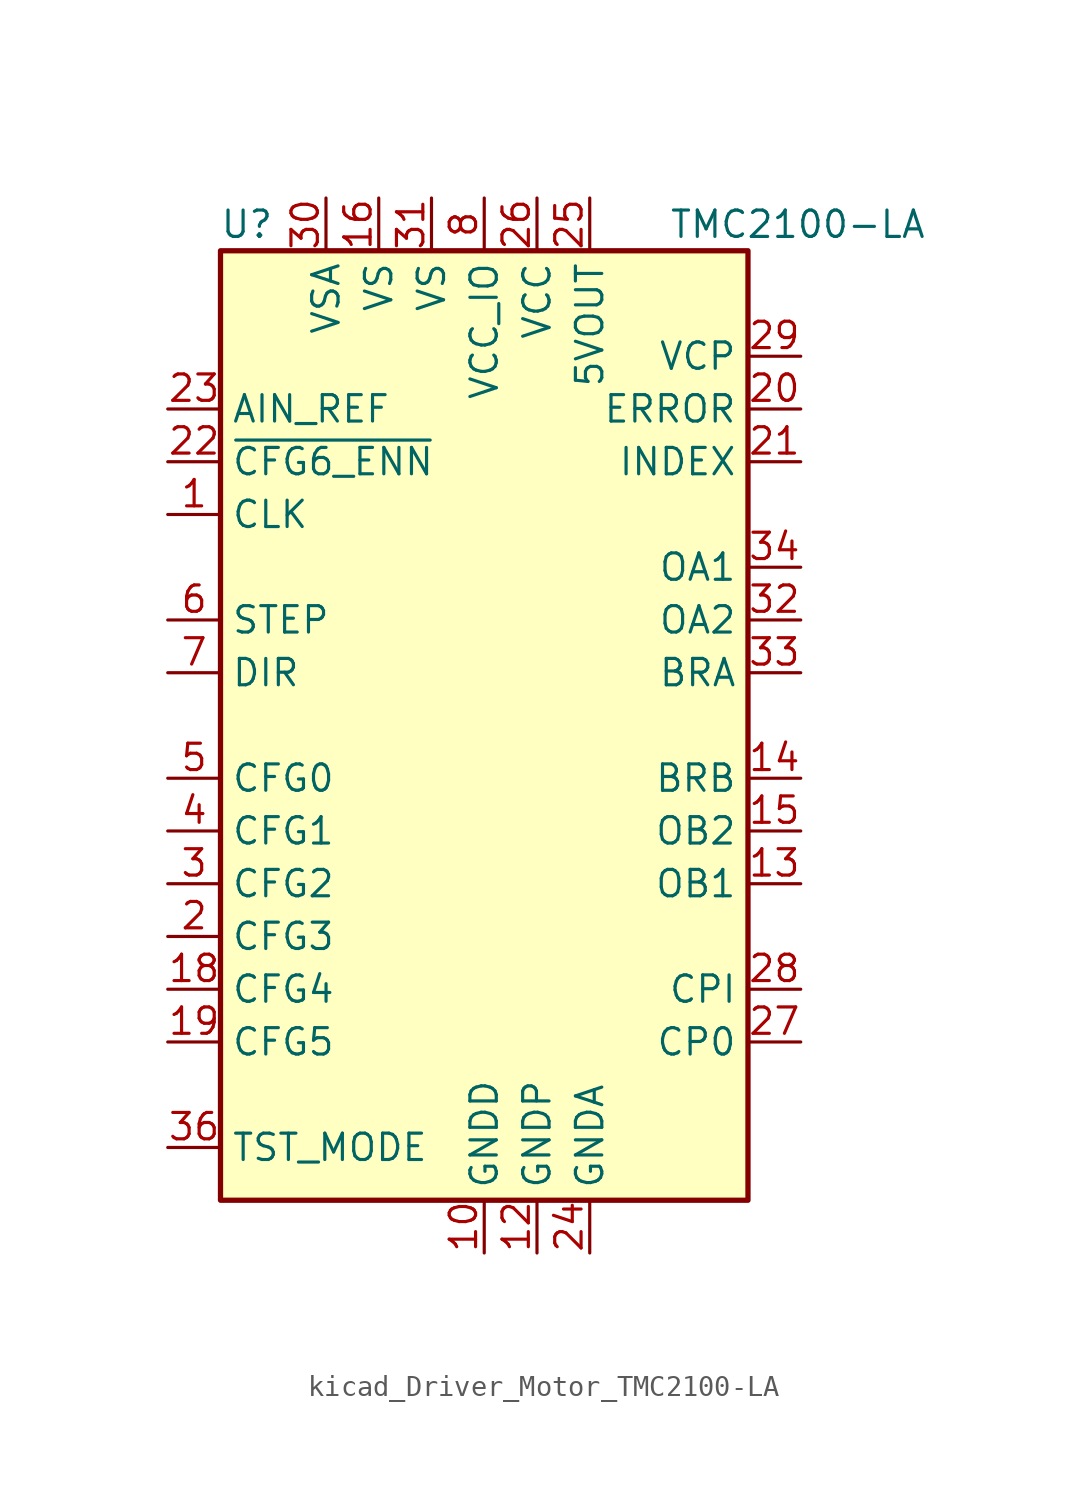
<source format=kicad_sym>
(kicad_symbol_lib
  (version 20220914)
  (generator kicad_symbol_editor)
  (symbol "kicad_Driver_Motor_TMC2100-LA"
    (property "Reference" "U"
      (at -11.43 24.13 0)
      (effects (font (size 1.27 1.27))))
    (property "Value" "TMC2100-LA"
      (at 8.89 24.13 0)
      (effects (font (size 1.27 1.27)) (justify left)))
    (symbol "kicad_Driver_Motor_TMC2100-LA_0_1"
      (rectangle (start -12.7 22.86) (end 12.7 -22.86) (stroke (width 0.254) (type default)) (fill (type background))))
    (symbol "kicad_Driver_Motor_TMC2100-LA_1_1"
      (pin input line (at -15.24 10.16 0) (length 2.54) (name "CLK" (effects (font (size 1.27 1.27)))) (number "1" (effects (font (size 1.27 1.27)))))
      (pin power_in line (at 0 -25.4 90) (length 2.54) (name "GNDD" (effects (font (size 1.27 1.27)))) (number "10" (effects (font (size 1.27 1.27)))))
      (pin passive line (at 0 -25.4 90) (length 2.54) hide (name "GNDD" (effects (font (size 1.27 1.27)))) (number "11" (effects (font (size 1.27 1.27)))))
      (pin power_in line (at 2.54 -25.4 90) (length 2.54) (name "GNDP" (effects (font (size 1.27 1.27)))) (number "12" (effects (font (size 1.27 1.27)))))
      (pin output line (at 15.24 -7.62 180) (length 2.54) (name "OB1" (effects (font (size 1.27 1.27)))) (number "13" (effects (font (size 1.27 1.27)))))
      (pin passive line (at 15.24 -2.54 180) (length 2.54) (name "BRB" (effects (font (size 1.27 1.27)))) (number "14" (effects (font (size 1.27 1.27)))))
      (pin output line (at 15.24 -5.08 180) (length 2.54) (name "OB2" (effects (font (size 1.27 1.27)))) (number "15" (effects (font (size 1.27 1.27)))))
      (pin power_in line (at -5.08 25.4 270) (length 2.54) (name "VS" (effects (font (size 1.27 1.27)))) (number "16" (effects (font (size 1.27 1.27)))))
      (pin no_connect line (at 12.7 10.16 180) (length 2.54) hide (name "DNC" (effects (font (size 1.27 1.27)))) (number "17" (effects (font (size 1.27 1.27)))))
      (pin input line (at -15.24 -12.7 0) (length 2.54) (name "CFG4" (effects (font (size 1.27 1.27)))) (number "18" (effects (font (size 1.27 1.27)))))
      (pin input line (at -15.24 -15.24 0) (length 2.54) (name "CFG5" (effects (font (size 1.27 1.27)))) (number "19" (effects (font (size 1.27 1.27)))))
      (pin input line (at -15.24 -10.16 0) (length 2.54) (name "CFG3" (effects (font (size 1.27 1.27)))) (number "2" (effects (font (size 1.27 1.27)))))
      (pin open_collector line (at 15.24 15.24 180) (length 2.54) (name "ERROR" (effects (font (size 1.27 1.27)))) (number "20" (effects (font (size 1.27 1.27)))))
      (pin open_collector line (at 15.24 12.7 180) (length 2.54) (name "INDEX" (effects (font (size 1.27 1.27)))) (number "21" (effects (font (size 1.27 1.27)))))
      (pin input line (at -15.24 12.7 0) (length 2.54) (name "~{CFG6_ENN}" (effects (font (size 1.27 1.27)))) (number "22" (effects (font (size 1.27 1.27)))))
      (pin input line (at -15.24 15.24 0) (length 2.54) (name "AIN_REF" (effects (font (size 1.27 1.27)))) (number "23" (effects (font (size 1.27 1.27)))))
      (pin power_in line (at 5.08 -25.4 90) (length 2.54) (name "GNDA" (effects (font (size 1.27 1.27)))) (number "24" (effects (font (size 1.27 1.27)))))
      (pin power_out line (at 5.08 25.4 270) (length 2.54) (name "5VOUT" (effects (font (size 1.27 1.27)))) (number "25" (effects (font (size 1.27 1.27)))))
      (pin power_in line (at 2.54 25.4 270) (length 2.54) (name "VCC" (effects (font (size 1.27 1.27)))) (number "26" (effects (font (size 1.27 1.27)))))
      (pin passive line (at 15.24 -15.24 180) (length 2.54) (name "CP0" (effects (font (size 1.27 1.27)))) (number "27" (effects (font (size 1.27 1.27)))))
      (pin passive line (at 15.24 -12.7 180) (length 2.54) (name "CPI" (effects (font (size 1.27 1.27)))) (number "28" (effects (font (size 1.27 1.27)))))
      (pin passive line (at 15.24 17.78 180) (length 2.54) (name "VCP" (effects (font (size 1.27 1.27)))) (number "29" (effects (font (size 1.27 1.27)))))
      (pin input line (at -15.24 -7.62 0) (length 2.54) (name "CFG2" (effects (font (size 1.27 1.27)))) (number "3" (effects (font (size 1.27 1.27)))))
      (pin power_in line (at -7.62 25.4 270) (length 2.54) (name "VSA" (effects (font (size 1.27 1.27)))) (number "30" (effects (font (size 1.27 1.27)))))
      (pin power_in line (at -2.54 25.4 270) (length 2.54) (name "VS" (effects (font (size 1.27 1.27)))) (number "31" (effects (font (size 1.27 1.27)))))
      (pin output line (at 15.24 5.08 180) (length 2.54) (name "OA2" (effects (font (size 1.27 1.27)))) (number "32" (effects (font (size 1.27 1.27)))))
      (pin passive line (at 15.24 2.54 180) (length 2.54) (name "BRA" (effects (font (size 1.27 1.27)))) (number "33" (effects (font (size 1.27 1.27)))))
      (pin output line (at 15.24 7.62 180) (length 2.54) (name "OA1" (effects (font (size 1.27 1.27)))) (number "34" (effects (font (size 1.27 1.27)))))
      (pin passive line (at 2.54 -25.4 90) (length 2.54) hide (name "GNDP" (effects (font (size 1.27 1.27)))) (number "35" (effects (font (size 1.27 1.27)))))
      (pin input line (at -15.24 -20.32 0) (length 2.54) (name "TST_MODE" (effects (font (size 1.27 1.27)))) (number "36" (effects (font (size 1.27 1.27)))))
      (pin passive line (at 0 -25.4 90) (length 2.54) hide (name "GNDD" (effects (font (size 1.27 1.27)))) (number "37" (effects (font (size 1.27 1.27)))))
      (pin input line (at -15.24 -5.08 0) (length 2.54) (name "CFG1" (effects (font (size 1.27 1.27)))) (number "4" (effects (font (size 1.27 1.27)))))
      (pin input line (at -15.24 -2.54 0) (length 2.54) (name "CFG0" (effects (font (size 1.27 1.27)))) (number "5" (effects (font (size 1.27 1.27)))))
      (pin input line (at -15.24 5.08 0) (length 2.54) (name "STEP" (effects (font (size 1.27 1.27)))) (number "6" (effects (font (size 1.27 1.27)))))
      (pin input line (at -15.24 2.54 0) (length 2.54) (name "DIR" (effects (font (size 1.27 1.27)))) (number "7" (effects (font (size 1.27 1.27)))))
      (pin power_in line (at 0 25.4 270) (length 2.54) (name "VCC_IO" (effects (font (size 1.27 1.27)))) (number "8" (effects (font (size 1.27 1.27)))))
      (pin no_connect line (at 12.7 0 180) (length 2.54) hide (name "DNC" (effects (font (size 1.27 1.27)))) (number "9" (effects (font (size 1.27 1.27))))))))
</source>
